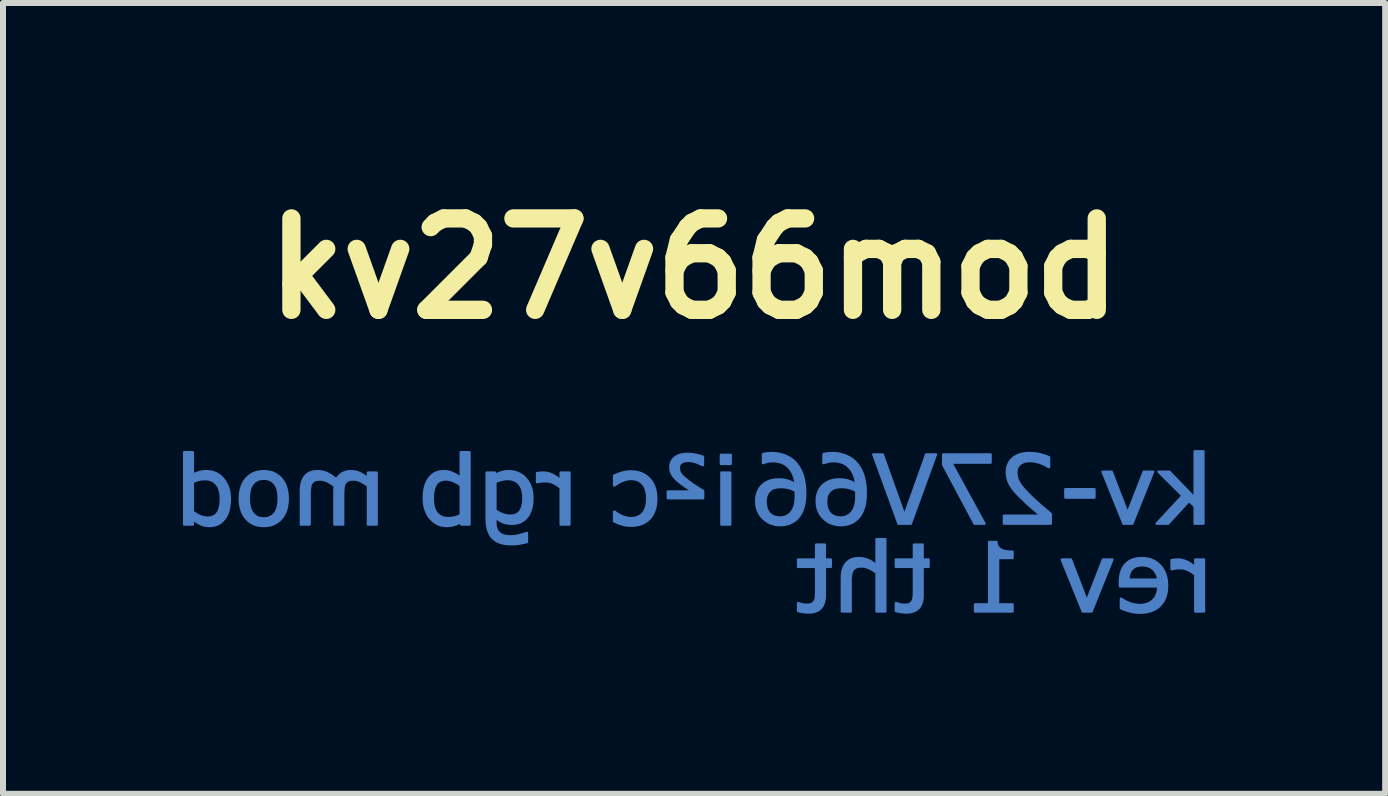
<source format=kicad_pcb>
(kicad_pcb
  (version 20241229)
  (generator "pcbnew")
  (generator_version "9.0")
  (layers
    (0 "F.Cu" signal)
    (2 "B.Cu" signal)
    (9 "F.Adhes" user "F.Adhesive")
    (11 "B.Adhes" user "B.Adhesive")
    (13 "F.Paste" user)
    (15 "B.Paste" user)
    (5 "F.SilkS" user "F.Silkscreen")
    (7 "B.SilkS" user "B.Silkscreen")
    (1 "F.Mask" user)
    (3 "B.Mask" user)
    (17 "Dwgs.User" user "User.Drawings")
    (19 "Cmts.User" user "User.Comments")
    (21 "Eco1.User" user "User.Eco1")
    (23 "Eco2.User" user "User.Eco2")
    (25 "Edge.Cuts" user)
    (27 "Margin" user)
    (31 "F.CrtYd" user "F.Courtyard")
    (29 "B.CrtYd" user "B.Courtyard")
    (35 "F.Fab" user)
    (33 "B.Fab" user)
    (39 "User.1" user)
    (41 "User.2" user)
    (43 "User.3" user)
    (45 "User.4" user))
  (footprint "kv27v66mod"
    (layer "F.Cu")
    (at 8.521 5.819)
    (property "Reference" "kv27v66mod" (at 0 -4.393 0) (layer "F.SilkS") (effects (font (size 1.524 1.524) (thickness 0.305))))
    (attr exclude_from_pos_files exclude_from_bom)
    (fp_poly (pts (xy 0.447 -1.135) (xy 0.611 -1.135) (xy 0.611 -1.286) (xy 0.447 -1.286) (xy 0.447 -1.135)) (stroke (width 0.04) (type solid)) (fill yes) (layer "B.Cu"))
    (fp_poly (pts (xy 0.456 -0.124) (xy 0.602 -0.124) (xy 0.602 -0.99) (xy 0.456 -0.99) (xy 0.456 -0.124)) (stroke (width 0.04) (type solid)) (fill yes) (layer "B.Cu"))
    (fp_poly (pts (xy 6.19 -0.574) (xy 6.674 -0.574) (xy 6.674 -0.714) (xy 6.19 -0.714) (xy 6.19 -0.574)) (stroke (width 0.04) (type solid)) (fill yes) (layer "B.Cu"))
    (fp_poly (pts (xy 2.988 -1.293) (xy 3.408 -0.139) (xy 3.613 -0.139) (xy 4.033 -1.293) (xy 3.869 -1.293) (xy 3.507 -0.278) (xy 3.145 -1.293) (xy 2.988 -1.293)) (stroke (width 0.04) (type solid)) (fill yes) (layer "B.Cu"))
    (fp_poly (pts (xy 4.153 -1.12) (xy 4.676 -0.139) (xy 4.842 -0.139) (xy 4.286 -1.157) (xy 4.943 -1.157) (xy 4.943 -1.293) (xy 4.153 -1.293) (xy 4.153 -1.12)) (stroke (width 0.04) (type solid)) (fill yes) (layer "B.Cu"))
    (fp_poly (pts (xy 6.129 0.459) (xy 6.48 1.325) (xy 6.626 1.325) (xy 6.974 0.459) (xy 6.816 0.459) (xy 6.548 1.148) (xy 6.282 0.459) (xy 6.129 0.459)) (stroke (width 0.04) (type solid)) (fill yes) (layer "B.Cu"))
    (fp_poly (pts (xy 6.809 -1.005) (xy 7.159 -0.139) (xy 7.306 -0.139) (xy 7.654 -1.005) (xy 7.496 -1.005) (xy 7.227 -0.316) (xy 6.962 -1.005) (xy 6.809 -1.005)) (stroke (width 0.04) (type solid)) (fill yes) (layer "B.Cu"))
    (fp_poly (pts (xy 7.711 -0.139) (xy 7.903 -0.139) (xy 8.251 -0.518) (xy 8.345 -0.428) (xy 8.345 -0.139) (xy 8.491 -0.139) (xy 8.491 -1.345) (xy 8.345 -1.345) (xy 8.345 -0.571) (xy 7.924 -1.005) (xy 7.741 -1.005) (xy 8.143 -0.605) (xy 7.711 -0.139)) (stroke (width 0.04) (type solid)) (fill yes) (layer "B.Cu"))
    (fp_poly (pts (xy 4.684 1.325) (xy 5.309 1.325) (xy 5.309 1.207) (xy 5.068 1.207) (xy 5.068 0.433) (xy 5.309 0.433) (xy 5.309 0.328) (xy 5.275 0.327) (xy 5.24 0.325) (xy 5.204 0.32) (xy 5.17 0.314) (xy 5.142 0.306) (xy 5.119 0.296) (xy 5.088 0.274) (xy 5.064 0.247) (xy 5.052 0.225) (xy 5.044 0.198) (xy 5.04 0.167) (xy 4.919 0.167) (xy 4.919 1.207) (xy 4.684 1.207) (xy 4.684 1.325)) (stroke (width 0.04) (type solid)) (fill yes) (layer "B.Cu"))
    (fp_poly (pts (xy -2.618 -0.831) (xy -2.61 -0.831) (xy -2.578 -0.838) (xy -2.547 -0.842) (xy -2.514 -0.845) (xy -2.475 -0.846) (xy -2.441 -0.844) (xy -2.408 -0.838) (xy -2.376 -0.829) (xy -2.344 -0.816) (xy -2.313 -0.8) (xy -2.283 -0.782) (xy -2.253 -0.761) (xy -2.224 -0.739) (xy -2.224 -0.124) (xy -2.078 -0.124) (xy -2.078 -0.99) (xy -2.224 -0.99) (xy -2.224 -0.862) (xy -2.257 -0.888) (xy -2.29 -0.911) (xy -2.32 -0.931) (xy -2.349 -0.947) (xy -2.376 -0.961) (xy -2.41 -0.973) (xy -2.443 -0.983) (xy -2.478 -0.988) (xy -2.512 -0.99) (xy -2.545 -0.989) (xy -2.567 -0.988) (xy -2.588 -0.985) (xy -2.618 -0.981) (xy -2.618 -0.831)) (stroke (width 0.04) (type solid)) (fill yes) (layer "B.Cu"))
    (fp_poly (pts (xy 7.961 0.618) (xy 7.969 0.618) (xy 8.001 0.611) (xy 8.032 0.607) (xy 8.066 0.604) (xy 8.105 0.603) (xy 8.138 0.605) (xy 8.171 0.611) (xy 8.203 0.62) (xy 8.235 0.633) (xy 8.266 0.649) (xy 8.296 0.667) (xy 8.326 0.688) (xy 8.356 0.71) (xy 8.356 1.325) (xy 8.501 1.325) (xy 8.501 0.459) (xy 8.356 0.459) (xy 8.356 0.587) (xy 8.322 0.561) (xy 8.29 0.538) (xy 8.259 0.518) (xy 8.23 0.502) (xy 8.203 0.488) (xy 8.169 0.476) (xy 8.136 0.466) (xy 8.102 0.461) (xy 8.067 0.459) (xy 8.035 0.46) (xy 8.012 0.461) (xy 7.991 0.464) (xy 7.961 0.468) (xy 7.961 0.618)) (stroke (width 0.04) (type solid)) (fill yes) (layer "B.Cu"))
    (fp_poly (pts (xy 1.734 1.317) (xy 1.762 1.324) (xy 1.792 1.33) (xy 1.824 1.335) (xy 1.854 1.339) (xy 1.883 1.341) (xy 1.91 1.342) (xy 1.952 1.34) (xy 1.991 1.334) (xy 2.026 1.324) (xy 2.058 1.31) (xy 2.086 1.292) (xy 2.111 1.271) (xy 2.129 1.248) (xy 2.145 1.223) (xy 2.158 1.194) (xy 2.167 1.161) (xy 2.174 1.125) (xy 2.179 1.085) (xy 2.18 1.042) (xy 2.18 0.581) (xy 2.279 0.581) (xy 2.279 0.459) (xy 2.18 0.459) (xy 2.18 0.21) (xy 2.034 0.21) (xy 2.034 0.459) (xy 1.734 0.459) (xy 1.734 0.581) (xy 2.034 0.581) (xy 2.034 0.976) (xy 2.034 1.018) (xy 2.033 1.054) (xy 2.031 1.083) (xy 2.024 1.12) (xy 2.01 1.154) (xy 1.989 1.181) (xy 1.963 1.2) (xy 1.939 1.208) (xy 1.909 1.212) (xy 1.872 1.214) (xy 1.835 1.211) (xy 1.797 1.204) (xy 1.764 1.194) (xy 1.741 1.186) (xy 1.734 1.186) (xy 1.734 1.317)) (stroke (width 0.04) (type solid)) (fill yes) (layer "B.Cu"))
    (fp_poly (pts (xy 3.364 1.317) (xy 3.392 1.324) (xy 3.422 1.33) (xy 3.454 1.335) (xy 3.485 1.339) (xy 3.513 1.341) (xy 3.54 1.342) (xy 3.582 1.34) (xy 3.621 1.334) (xy 3.656 1.324) (xy 3.688 1.31) (xy 3.716 1.292) (xy 3.741 1.271) (xy 3.76 1.248) (xy 3.775 1.223) (xy 3.788 1.194) (xy 3.798 1.161) (xy 3.805 1.125) (xy 3.809 1.085) (xy 3.81 1.042) (xy 3.81 0.581) (xy 3.909 0.581) (xy 3.909 0.459) (xy 3.81 0.459) (xy 3.81 0.21) (xy 3.665 0.21) (xy 3.665 0.459) (xy 3.364 0.459) (xy 3.364 0.581) (xy 3.665 0.581) (xy 3.665 0.976) (xy 3.664 1.018) (xy 3.663 1.054) (xy 3.661 1.083) (xy 3.654 1.12) (xy 3.64 1.154) (xy 3.62 1.181) (xy 3.593 1.2) (xy 3.57 1.208) (xy 3.539 1.212) (xy 3.502 1.214) (xy 3.465 1.211) (xy 3.427 1.204) (xy 3.394 1.194) (xy 3.371 1.186) (xy 3.364 1.186) (xy 3.364 1.317)) (stroke (width 0.04) (type solid)) (fill yes) (layer "B.Cu"))
    (fp_poly (pts (xy 2.464 1.325) (xy 2.61 1.325) (xy 2.61 0.832) (xy 2.61 0.793) (xy 2.613 0.756) (xy 2.617 0.72) (xy 2.622 0.688) (xy 2.631 0.66) (xy 2.642 0.638) (xy 2.666 0.61) (xy 2.698 0.59) (xy 2.725 0.581) (xy 2.756 0.576) (xy 2.792 0.574) (xy 2.823 0.576) (xy 2.854 0.581) (xy 2.885 0.59) (xy 2.917 0.603) (xy 2.949 0.619) (xy 2.981 0.637) (xy 3.012 0.657) (xy 3.042 0.678) (xy 3.042 1.325) (xy 3.188 1.325) (xy 3.188 0.119) (xy 3.042 0.119) (xy 3.042 0.555) (xy 3.015 0.533) (xy 2.987 0.514) (xy 2.959 0.496) (xy 2.93 0.48) (xy 2.901 0.467) (xy 2.864 0.453) (xy 2.827 0.443) (xy 2.79 0.437) (xy 2.751 0.435) (xy 2.713 0.437) (xy 2.677 0.442) (xy 2.643 0.45) (xy 2.613 0.463) (xy 2.585 0.478) (xy 2.56 0.497) (xy 2.537 0.519) (xy 2.518 0.545) (xy 2.501 0.574) (xy 2.488 0.606) (xy 2.477 0.64) (xy 2.47 0.678) (xy 2.465 0.719) (xy 2.464 0.763) (xy 2.464 1.325)) (stroke (width 0.04) (type solid)) (fill yes) (layer "B.Cu"))
    (fp_poly (pts (xy -0.438 -0.563) (xy 0.151 -0.563) (xy 0.151 -0.684) (xy 0.12 -0.703) (xy 0.091 -0.721) (xy 0.062 -0.74) (xy 0.035 -0.757) (xy 0.009 -0.774) (xy -0.022 -0.795) (xy -0.05 -0.814) (xy -0.074 -0.832) (xy -0.096 -0.849) (xy -0.133 -0.879) (xy -0.165 -0.906) (xy -0.191 -0.93) (xy -0.212 -0.951) (xy -0.226 -0.968) (xy -0.242 -0.998) (xy -0.251 -1.033) (xy -0.255 -1.074) (xy -0.25 -1.107) (xy -0.236 -1.134) (xy -0.213 -1.157) (xy -0.19 -1.17) (xy -0.165 -1.179) (xy -0.135 -1.184) (xy -0.102 -1.186) (xy -0.068 -1.185) (xy -0.034 -1.18) (xy 0.000229 -1.173) (xy 0.034 -1.162) (xy 0.075 -1.146) (xy 0.109 -1.131) (xy 0.138 -1.115) (xy 0.148 -1.115) (xy 0.148 -1.254) (xy 0.119 -1.264) (xy 0.09 -1.273) (xy 0.058 -1.281) (xy 0.025 -1.288) (xy -0.009 -1.294) (xy -0.043 -1.298) (xy -0.077 -1.301) (xy -0.11 -1.302) (xy -0.155 -1.3) (xy -0.196 -1.295) (xy -0.233 -1.286) (xy -0.267 -1.274) (xy -0.296 -1.259) (xy -0.322 -1.24) (xy -0.348 -1.215) (xy -0.369 -1.186) (xy -0.383 -1.155) (xy -0.392 -1.12) (xy -0.395 -1.083) (xy -0.393 -1.046) (xy -0.385 -1.011) (xy -0.374 -0.978) (xy -0.357 -0.947) (xy -0.34 -0.924) (xy -0.319 -0.899) (xy -0.294 -0.873) (xy -0.264 -0.847) (xy -0.231 -0.819) (xy -0.208 -0.802) (xy -0.184 -0.785) (xy -0.157 -0.766) (xy -0.128 -0.747) (xy -0.098 -0.727) (xy -0.07 -0.709) (xy -0.043 -0.692) (xy -0.017 -0.675) (xy -0.438 -0.675) (xy -0.438 -0.563)) (stroke (width 0.04) (type solid)) (fill yes) (layer "B.Cu"))
    (fp_poly (pts (xy -6.555 -0.124) (xy -6.409 -0.124) (xy -6.409 -0.617) (xy -6.409 -0.654) (xy -6.407 -0.69) (xy -6.404 -0.725) (xy -6.399 -0.757) (xy -6.392 -0.785) (xy -6.383 -0.808) (xy -6.361 -0.837) (xy -6.332 -0.858) (xy -6.306 -0.868) (xy -6.274 -0.873) (xy -6.236 -0.875) (xy -6.205 -0.873) (xy -6.174 -0.867) (xy -6.144 -0.858) (xy -6.113 -0.844) (xy -6.083 -0.828) (xy -6.052 -0.81) (xy -6.021 -0.789) (xy -5.991 -0.767) (xy -5.993 -0.747) (xy -5.995 -0.725) (xy -5.996 -0.702) (xy -5.996 -0.678) (xy -5.996 -0.124) (xy -5.85 -0.124) (xy -5.85 -0.617) (xy -5.85 -0.655) (xy -5.848 -0.691) (xy -5.845 -0.726) (xy -5.841 -0.758) (xy -5.834 -0.786) (xy -5.824 -0.809) (xy -5.802 -0.838) (xy -5.773 -0.858) (xy -5.747 -0.868) (xy -5.715 -0.873) (xy -5.677 -0.875) (xy -5.647 -0.873) (xy -5.617 -0.868) (xy -5.587 -0.859) (xy -5.557 -0.846) (xy -5.527 -0.83) (xy -5.497 -0.812) (xy -5.467 -0.792) (xy -5.437 -0.771) (xy -5.437 -0.124) (xy -5.292 -0.124) (xy -5.292 -0.99) (xy -5.437 -0.99) (xy -5.437 -0.894) (xy -5.465 -0.915) (xy -5.492 -0.935) (xy -5.519 -0.953) (xy -5.546 -0.969) (xy -5.573 -0.982) (xy -5.608 -0.996) (xy -5.643 -1.006) (xy -5.68 -1.012) (xy -5.718 -1.014) (xy -5.752 -1.013) (xy -5.784 -1.008) (xy -5.814 -1.001) (xy -5.842 -0.99) (xy -5.867 -0.977) (xy -5.896 -0.956) (xy -5.922 -0.932) (xy -5.943 -0.905) (xy -5.96 -0.874) (xy -5.994 -0.902) (xy -6.028 -0.927) (xy -6.06 -0.948) (xy -6.091 -0.966) (xy -6.121 -0.981) (xy -6.15 -0.993) (xy -6.181 -1.002) (xy -6.212 -1.009) (xy -6.244 -1.013) (xy -6.277 -1.014) (xy -6.316 -1.012) (xy -6.352 -1.007) (xy -6.385 -0.998) (xy -6.415 -0.986) (xy -6.442 -0.97) (xy -6.466 -0.95) (xy -6.487 -0.927) (xy -6.505 -0.901) (xy -6.52 -0.872) (xy -6.533 -0.841) (xy -6.542 -0.806) (xy -6.549 -0.769) (xy -6.554 -0.729) (xy -6.555 -0.686) (xy -6.555 -0.124)) (stroke (width 0.04) (type solid)) (fill yes) (layer "B.Cu"))
    (fp_poly (pts (xy -8.501 -0.124) (xy -8.356 -0.337) (xy -8.356 -0.834) (xy -8.318 -0.85) (xy -8.283 -0.862) (xy -8.25 -0.871) (xy -8.218 -0.876) (xy -8.184 -0.88) (xy -8.149 -0.881) (xy -8.109 -0.878) (xy -8.073 -0.871) (xy -8.04 -0.859) (xy -8.01 -0.843) (xy -7.982 -0.821) (xy -7.958 -0.795) (xy -7.94 -0.77) (xy -7.925 -0.741) (xy -7.912 -0.709) (xy -7.902 -0.675) (xy -7.895 -0.637) (xy -7.891 -0.597) (xy -7.89 -0.554) (xy -7.891 -0.511) (xy -7.894 -0.471) (xy -7.899 -0.435) (xy -7.907 -0.401) (xy -7.917 -0.371) (xy -7.929 -0.343) (xy -7.943 -0.319) (xy -7.962 -0.294) (xy -7.985 -0.274) (xy -8.011 -0.259) (xy -8.041 -0.248) (xy -8.075 -0.241) (xy -8.112 -0.239) (xy -8.143 -0.241) (xy -8.174 -0.246) (xy -8.205 -0.254) (xy -8.237 -0.266) (xy -8.268 -0.281) (xy -8.299 -0.298) (xy -8.328 -0.317) (xy -8.356 -0.337) (xy -8.356 -0.337) (xy -8.501 -0.124) (xy -8.356 -0.124) (xy -8.356 -0.215) (xy -8.324 -0.189) (xy -8.292 -0.167) (xy -8.258 -0.147) (xy -8.225 -0.13) (xy -8.19 -0.117) (xy -8.154 -0.108) (xy -8.116 -0.102) (xy -8.077 -0.1) (xy -8.039 -0.102) (xy -8.003 -0.108) (xy -7.969 -0.117) (xy -7.937 -0.13) (xy -7.908 -0.147) (xy -7.88 -0.167) (xy -7.854 -0.192) (xy -7.83 -0.219) (xy -7.813 -0.244) (xy -7.797 -0.271) (xy -7.784 -0.299) (xy -7.772 -0.33) (xy -7.762 -0.362) (xy -7.754 -0.396) (xy -7.748 -0.432) (xy -7.743 -0.47) (xy -7.74 -0.509) (xy -7.739 -0.55) (xy -7.74 -0.586) (xy -7.743 -0.621) (xy -7.747 -0.655) (xy -7.753 -0.687) (xy -7.761 -0.717) (xy -7.77 -0.747) (xy -7.784 -0.78) (xy -7.799 -0.811) (xy -7.816 -0.841) (xy -7.835 -0.868) (xy -7.856 -0.893) (xy -7.883 -0.921) (xy -7.913 -0.945) (xy -7.944 -0.966) (xy -7.978 -0.983) (xy -8.014 -0.997) (xy -8.05 -1.006) (xy -8.087 -1.012) (xy -8.124 -1.014) (xy -8.157 -1.013) (xy -8.188 -1.01) (xy -8.218 -1.006) (xy -8.245 -0.999) (xy -8.272 -0.991) (xy -8.299 -0.981) (xy -8.327 -0.969) (xy -8.356 -0.955) (xy -8.356 -1.33) (xy -8.501 -1.33) (xy -8.501 -0.124)) (stroke (width 0.04) (type solid)) (fill yes) (layer "B.Cu"))
    (fp_poly (pts (xy -4.506 -0.564) (xy -4.356 -0.56) (xy -4.355 -0.603) (xy -4.352 -0.642) (xy -4.347 -0.679) (xy -4.339 -0.712) (xy -4.33 -0.743) (xy -4.318 -0.77) (xy -4.305 -0.795) (xy -4.286 -0.819) (xy -4.264 -0.839) (xy -4.238 -0.855) (xy -4.209 -0.866) (xy -4.176 -0.873) (xy -4.14 -0.875) (xy -4.108 -0.874) (xy -4.076 -0.868) (xy -4.043 -0.86) (xy -4.011 -0.847) (xy -3.979 -0.833) (xy -3.948 -0.816) (xy -3.919 -0.797) (xy -3.89 -0.777) (xy -3.89 -0.281) (xy -3.929 -0.264) (xy -3.965 -0.251) (xy -3.996 -0.242) (xy -4.028 -0.236) (xy -4.061 -0.232) (xy -4.098 -0.231) (xy -4.137 -0.233) (xy -4.173 -0.24) (xy -4.206 -0.251) (xy -4.236 -0.266) (xy -4.263 -0.286) (xy -4.287 -0.31) (xy -4.305 -0.335) (xy -4.321 -0.363) (xy -4.333 -0.395) (xy -4.343 -0.431) (xy -4.35 -0.47) (xy -4.355 -0.513) (xy -4.356 -0.56) (xy -4.356 -0.56) (xy -4.506 -0.564) (xy -4.505 -0.528) (xy -4.503 -0.494) (xy -4.499 -0.461) (xy -4.493 -0.429) (xy -4.485 -0.398) (xy -4.475 -0.368) (xy -4.462 -0.335) (xy -4.448 -0.303) (xy -4.431 -0.274) (xy -4.413 -0.247) (xy -4.393 -0.223) (xy -4.365 -0.194) (xy -4.335 -0.169) (xy -4.304 -0.148) (xy -4.272 -0.13) (xy -4.238 -0.117) (xy -4.203 -0.108) (xy -4.166 -0.102) (xy -4.127 -0.1) (xy -4.092 -0.101) (xy -4.058 -0.105) (xy -4.027 -0.11) (xy -3.999 -0.118) (xy -3.962 -0.131) (xy -3.926 -0.146) (xy -3.89 -0.164) (xy -3.881 -0.124) (xy -3.744 -0.124) (xy -3.744 -1.33) (xy -3.89 -1.33) (xy -3.89 -0.899) (xy -3.921 -0.923) (xy -3.953 -0.945) (xy -3.986 -0.964) (xy -4.02 -0.981) (xy -4.049 -0.993) (xy -4.078 -1.002) (xy -4.109 -1.009) (xy -4.142 -1.013) (xy -4.175 -1.014) (xy -4.213 -1.012) (xy -4.248 -1.007) (xy -4.281 -0.997) (xy -4.313 -0.985) (xy -4.342 -0.968) (xy -4.369 -0.948) (xy -4.394 -0.924) (xy -4.417 -0.896) (xy -4.434 -0.872) (xy -4.449 -0.845) (xy -4.463 -0.817) (xy -4.474 -0.786) (xy -4.484 -0.754) (xy -4.492 -0.72) (xy -4.498 -0.684) (xy -4.503 -0.646) (xy -4.505 -0.606) (xy -4.506 -0.564)) (stroke (width 0.04) (type solid)) (fill yes) (layer "B.Cu"))
    (fp_poly (pts (xy 5.166 -0.139) (xy 5.947 -0.139) (xy 5.947 -0.301) (xy 5.92 -0.324) (xy 5.893 -0.347) (xy 5.866 -0.371) (xy 5.838 -0.394) (xy 5.811 -0.417) (xy 5.784 -0.44) (xy 5.757 -0.464) (xy 5.731 -0.487) (xy 5.705 -0.51) (xy 5.68 -0.533) (xy 5.655 -0.556) (xy 5.631 -0.579) (xy 5.596 -0.614) (xy 5.563 -0.647) (xy 5.533 -0.679) (xy 5.506 -0.708) (xy 5.482 -0.736) (xy 5.461 -0.762) (xy 5.443 -0.786) (xy 5.428 -0.808) (xy 5.411 -0.837) (xy 5.397 -0.866) (xy 5.386 -0.896) (xy 5.379 -0.927) (xy 5.374 -0.959) (xy 5.373 -0.992) (xy 5.375 -1.026) (xy 5.382 -1.057) (xy 5.394 -1.085) (xy 5.411 -1.11) (xy 5.432 -1.132) (xy 5.458 -1.15) (xy 5.487 -1.165) (xy 5.52 -1.175) (xy 5.557 -1.181) (xy 5.597 -1.183) (xy 5.633 -1.181) (xy 5.671 -1.177) (xy 5.71 -1.169) (xy 5.75 -1.158) (xy 5.783 -1.147) (xy 5.815 -1.134) (xy 5.847 -1.119) (xy 5.879 -1.102) (xy 5.911 -1.082) (xy 5.918 -1.082) (xy 5.918 -1.245) (xy 5.888 -1.258) (xy 5.854 -1.271) (xy 5.815 -1.283) (xy 5.772 -1.295) (xy 5.735 -1.303) (xy 5.699 -1.309) (xy 5.663 -1.313) (xy 5.628 -1.316) (xy 5.593 -1.317) (xy 5.55 -1.316) (xy 5.51 -1.312) (xy 5.471 -1.305) (xy 5.435 -1.296) (xy 5.402 -1.283) (xy 5.37 -1.269) (xy 5.342 -1.251) (xy 5.315 -1.231) (xy 5.292 -1.209) (xy 5.271 -1.185) (xy 5.254 -1.158) (xy 5.24 -1.13) (xy 5.229 -1.101) (xy 5.221 -1.069) (xy 5.216 -1.035) (xy 5.214 -0.999) (xy 5.216 -0.967) (xy 5.219 -0.936) (xy 5.224 -0.905) (xy 5.232 -0.876) (xy 5.241 -0.848) (xy 5.252 -0.821) (xy 5.265 -0.794) (xy 5.28 -0.768) (xy 5.302 -0.736) (xy 5.325 -0.705) (xy 5.352 -0.674) (xy 5.373 -0.65) (xy 5.396 -0.625) (xy 5.422 -0.598) (xy 5.45 -0.571) (xy 5.478 -0.544) (xy 5.506 -0.517) (xy 5.534 -0.49) (xy 5.563 -0.464) (xy 5.592 -0.438) (xy 5.621 -0.412) (xy 5.651 -0.387) (xy 5.679 -0.363) (xy 5.707 -0.339) (xy 5.734 -0.316) (xy 5.761 -0.293) (xy 5.787 -0.271) (xy 5.166 -0.271) (xy 5.166 -0.139)) (stroke (width 0.04) (type solid)) (fill yes) (layer "B.Cu"))
    (fp_poly (pts (xy -1.333 -0.178) (xy -1.297 -0.162) (xy -1.262 -0.147) (xy -1.228 -0.135) (xy -1.194 -0.124) (xy -1.161 -0.116) (xy -1.127 -0.11) (xy -1.092 -0.106) (xy -1.055 -0.105) (xy -1.018 -0.106) (xy -0.983 -0.109) (xy -0.948 -0.115) (xy -0.915 -0.122) (xy -0.883 -0.132) (xy -0.853 -0.144) (xy -0.824 -0.159) (xy -0.797 -0.175) (xy -0.772 -0.194) (xy -0.749 -0.216) (xy -0.728 -0.239) (xy -0.708 -0.265) (xy -0.69 -0.293) (xy -0.675 -0.324) (xy -0.662 -0.357) (xy -0.652 -0.386) (xy -0.644 -0.417) (xy -0.638 -0.449) (xy -0.634 -0.483) (xy -0.631 -0.519) (xy -0.631 -0.556) (xy -0.632 -0.597) (xy -0.635 -0.637) (xy -0.641 -0.675) (xy -0.649 -0.711) (xy -0.66 -0.745) (xy -0.672 -0.778) (xy -0.688 -0.808) (xy -0.705 -0.837) (xy -0.725 -0.864) (xy -0.747 -0.889) (xy -0.771 -0.912) (xy -0.797 -0.933) (xy -0.824 -0.951) (xy -0.852 -0.967) (xy -0.883 -0.98) (xy -0.914 -0.991) (xy -0.947 -0.999) (xy -0.982 -1.005) (xy -1.018 -1.009) (xy -1.055 -1.01) (xy -1.092 -1.009) (xy -1.129 -1.005) (xy -1.165 -0.998) (xy -1.201 -0.989) (xy -1.236 -0.978) (xy -1.27 -0.966) (xy -1.302 -0.953) (xy -1.333 -0.938) (xy -1.333 -0.776) (xy -1.325 -0.776) (xy -1.298 -0.796) (xy -1.271 -0.814) (xy -1.243 -0.83) (xy -1.215 -0.844) (xy -1.187 -0.856) (xy -1.152 -0.868) (xy -1.117 -0.877) (xy -1.083 -0.882) (xy -1.049 -0.884) (xy -1.009 -0.881) (xy -0.972 -0.874) (xy -0.938 -0.863) (xy -0.907 -0.847) (xy -0.879 -0.826) (xy -0.853 -0.8) (xy -0.834 -0.775) (xy -0.818 -0.746) (xy -0.805 -0.715) (xy -0.795 -0.68) (xy -0.788 -0.642) (xy -0.783 -0.6) (xy -0.782 -0.556) (xy -0.783 -0.513) (xy -0.787 -0.472) (xy -0.795 -0.435) (xy -0.805 -0.4) (xy -0.817 -0.369) (xy -0.833 -0.34) (xy -0.852 -0.315) (xy -0.877 -0.289) (xy -0.905 -0.268) (xy -0.936 -0.252) (xy -0.971 -0.24) (xy -1.008 -0.233) (xy -1.049 -0.231) (xy -1.079 -0.232) (xy -1.109 -0.236) (xy -1.139 -0.243) (xy -1.169 -0.251) (xy -1.196 -0.261) (xy -1.221 -0.273) (xy -1.252 -0.29) (xy -1.281 -0.307) (xy -1.306 -0.324) (xy -1.325 -0.339) (xy -1.333 -0.339) (xy -1.333 -0.178)) (stroke (width 0.04) (type solid)) (fill yes) (layer "B.Cu"))
    (fp_poly (pts (xy 7.099 0.907) (xy 7.241 0.795) (xy 7.243 0.759) (xy 7.248 0.725) (xy 7.256 0.694) (xy 7.267 0.666) (xy 7.282 0.64) (xy 7.299 0.618) (xy 7.32 0.599) (xy 7.344 0.583) (xy 7.371 0.571) (xy 7.401 0.562) (xy 7.435 0.557) (xy 7.472 0.555) (xy 7.51 0.557) (xy 7.545 0.563) (xy 7.577 0.572) (xy 7.607 0.586) (xy 7.634 0.603) (xy 7.659 0.624) (xy 7.68 0.648) (xy 7.698 0.674) (xy 7.713 0.701) (xy 7.724 0.731) (xy 7.732 0.762) (xy 7.737 0.795) (xy 7.241 0.795) (xy 7.099 0.907) (xy 7.737 0.907) (xy 7.736 0.946) (xy 7.731 0.982) (xy 7.724 1.015) (xy 7.713 1.047) (xy 7.7 1.075) (xy 7.685 1.1) (xy 7.667 1.123) (xy 7.647 1.143) (xy 7.619 1.166) (xy 7.587 1.185) (xy 7.552 1.199) (xy 7.523 1.207) (xy 7.493 1.213) (xy 7.462 1.217) (xy 7.429 1.218) (xy 7.394 1.216) (xy 7.359 1.212) (xy 7.323 1.205) (xy 7.287 1.196) (xy 7.252 1.183) (xy 7.21 1.165) (xy 7.175 1.148) (xy 7.146 1.13) (xy 7.124 1.113) (xy 7.116 1.113) (xy 7.116 1.272) (xy 7.146 1.284) (xy 7.176 1.295) (xy 7.206 1.306) (xy 7.236 1.315) (xy 7.267 1.324) (xy 7.298 1.332) (xy 7.329 1.337) (xy 7.361 1.342) (xy 7.394 1.344) (xy 7.428 1.345) (xy 7.47 1.344) (xy 7.51 1.34) (xy 7.549 1.335) (xy 7.585 1.326) (xy 7.62 1.316) (xy 7.652 1.303) (xy 7.683 1.288) (xy 7.712 1.271) (xy 7.739 1.251) (xy 7.764 1.229) (xy 7.787 1.204) (xy 7.808 1.178) (xy 7.826 1.15) (xy 7.842 1.119) (xy 7.855 1.087) (xy 7.866 1.053) (xy 7.874 1.017) (xy 7.88 0.979) (xy 7.884 0.939) (xy 7.885 0.897) (xy 7.884 0.855) (xy 7.881 0.815) (xy 7.875 0.777) (xy 7.867 0.741) (xy 7.856 0.706) (xy 7.844 0.674) (xy 7.829 0.643) (xy 7.811 0.613) (xy 7.792 0.586) (xy 7.77 0.56) (xy 7.746 0.536) (xy 7.72 0.515) (xy 7.693 0.496) (xy 7.665 0.48) (xy 7.635 0.466) (xy 7.604 0.455) (xy 7.571 0.446) (xy 7.537 0.44) (xy 7.501 0.436) (xy 7.464 0.435) (xy 7.422 0.437) (xy 7.382 0.441) (xy 7.344 0.449) (xy 7.309 0.461) (xy 7.277 0.475) (xy 7.247 0.493) (xy 7.219 0.513) (xy 7.195 0.537) (xy 7.174 0.561) (xy 7.157 0.587) (xy 7.142 0.615) (xy 7.129 0.645) (xy 7.118 0.678) (xy 7.11 0.712) (xy 7.104 0.748) (xy 7.1 0.787) (xy 7.099 0.828) (xy 7.099 0.907)) (stroke (width 0.04) (type solid)) (fill yes) (layer "B.Cu"))
    (fp_poly (pts (xy -7.574 -0.557) (xy -7.423 -0.557) (xy -7.422 -0.603) (xy -7.418 -0.646) (xy -7.411 -0.685) (xy -7.402 -0.721) (xy -7.39 -0.753) (xy -7.375 -0.781) (xy -7.357 -0.806) (xy -7.334 -0.831) (xy -7.308 -0.852) (xy -7.279 -0.868) (xy -7.247 -0.879) (xy -7.212 -0.886) (xy -7.174 -0.888) (xy -7.136 -0.886) (xy -7.101 -0.879) (xy -7.069 -0.868) (xy -7.04 -0.852) (xy -7.013 -0.831) (xy -6.99 -0.806) (xy -6.973 -0.781) (xy -6.958 -0.753) (xy -6.946 -0.721) (xy -6.937 -0.685) (xy -6.93 -0.646) (xy -6.926 -0.603) (xy -6.925 -0.557) (xy -6.926 -0.512) (xy -6.93 -0.47) (xy -6.937 -0.432) (xy -6.946 -0.396) (xy -6.958 -0.364) (xy -6.973 -0.335) (xy -6.991 -0.309) (xy -7.014 -0.284) (xy -7.04 -0.263) (xy -7.07 -0.247) (xy -7.102 -0.235) (xy -7.137 -0.228) (xy -7.174 -0.226) (xy -7.212 -0.228) (xy -7.246 -0.235) (xy -7.278 -0.246) (xy -7.307 -0.263) (xy -7.333 -0.283) (xy -7.357 -0.309) (xy -7.374 -0.334) (xy -7.389 -0.363) (xy -7.401 -0.395) (xy -7.411 -0.431) (xy -7.418 -0.469) (xy -7.422 -0.511) (xy -7.423 -0.557) (xy -7.574 -0.557) (xy -7.572 -0.515) (xy -7.569 -0.476) (xy -7.564 -0.438) (xy -7.556 -0.402) (xy -7.546 -0.367) (xy -7.534 -0.335) (xy -7.52 -0.304) (xy -7.504 -0.275) (xy -7.486 -0.248) (xy -7.465 -0.223) (xy -7.44 -0.197) (xy -7.413 -0.174) (xy -7.385 -0.155) (xy -7.354 -0.138) (xy -7.322 -0.124) (xy -7.288 -0.114) (xy -7.252 -0.106) (xy -7.214 -0.102) (xy -7.174 -0.1) (xy -7.134 -0.102) (xy -7.096 -0.106) (xy -7.06 -0.114) (xy -7.026 -0.124) (xy -6.993 -0.138) (xy -6.963 -0.155) (xy -6.934 -0.174) (xy -6.907 -0.197) (xy -6.882 -0.223) (xy -6.862 -0.248) (xy -6.843 -0.275) (xy -6.827 -0.304) (xy -6.813 -0.335) (xy -6.801 -0.367) (xy -6.792 -0.402) (xy -6.784 -0.438) (xy -6.779 -0.476) (xy -6.775 -0.515) (xy -6.774 -0.557) (xy -6.775 -0.598) (xy -6.779 -0.638) (xy -6.784 -0.676) (xy -6.792 -0.712) (xy -6.801 -0.746) (xy -6.813 -0.779) (xy -6.827 -0.809) (xy -6.843 -0.838) (xy -6.862 -0.865) (xy -6.882 -0.891) (xy -6.907 -0.917) (xy -6.934 -0.939) (xy -6.963 -0.959) (xy -6.993 -0.976) (xy -7.026 -0.99) (xy -7.06 -1) (xy -7.096 -1.008) (xy -7.134 -1.012) (xy -7.174 -1.014) (xy -7.214 -1.012) (xy -7.252 -1.008) (xy -7.288 -1) (xy -7.322 -0.99) (xy -7.354 -0.976) (xy -7.385 -0.959) (xy -7.413 -0.939) (xy -7.44 -0.917) (xy -7.465 -0.891) (xy -7.486 -0.865) (xy -7.504 -0.838) (xy -7.52 -0.809) (xy -7.534 -0.779) (xy -7.546 -0.746) (xy -7.556 -0.712) (xy -7.564 -0.676) (xy -7.569 -0.638) (xy -7.572 -0.598) (xy -7.574 -0.557)) (stroke (width 0.04) (type solid)) (fill yes) (layer "B.Cu"))
    (fp_poly (pts (xy -3.458 -0.223) (xy -3.312 -0.362) (xy -3.312 -0.834) (xy -3.274 -0.85) (xy -3.238 -0.862) (xy -3.203 -0.871) (xy -3.17 -0.878) (xy -3.137 -0.882) (xy -3.104 -0.883) (xy -3.065 -0.881) (xy -3.03 -0.874) (xy -2.997 -0.863) (xy -2.967 -0.847) (xy -2.939 -0.827) (xy -2.915 -0.802) (xy -2.897 -0.778) (xy -2.881 -0.75) (xy -2.868 -0.72) (xy -2.859 -0.686) (xy -2.852 -0.65) (xy -2.847 -0.611) (xy -2.846 -0.568) (xy -2.847 -0.522) (xy -2.852 -0.479) (xy -2.859 -0.44) (xy -2.869 -0.405) (xy -2.881 -0.374) (xy -2.897 -0.347) (xy -2.916 -0.324) (xy -2.939 -0.306) (xy -2.965 -0.291) (xy -2.995 -0.281) (xy -3.029 -0.274) (xy -3.067 -0.272) (xy -3.099 -0.274) (xy -3.13 -0.278) (xy -3.162 -0.286) (xy -3.194 -0.296) (xy -3.225 -0.31) (xy -3.256 -0.325) (xy -3.284 -0.343) (xy -3.312 -0.362) (xy -3.312 -0.362) (xy -3.458 -0.223) (xy -3.457 -0.18) (xy -3.454 -0.139) (xy -3.449 -0.101) (xy -3.442 -0.065) (xy -3.433 -0.032) (xy -3.422 -0.001) (xy -3.409 0.028) (xy -3.394 0.055) (xy -3.377 0.079) (xy -3.358 0.101) (xy -3.334 0.122) (xy -3.308 0.141) (xy -3.279 0.158) (xy -3.247 0.172) (xy -3.213 0.183) (xy -3.176 0.192) (xy -3.137 0.199) (xy -3.095 0.202) (xy -3.05 0.204) (xy -3.016 0.203) (xy -2.982 0.201) (xy -2.948 0.198) (xy -2.915 0.194) (xy -2.882 0.188) (xy -2.85 0.182) (xy -2.818 0.175) (xy -2.786 0.167) (xy -2.786 0.018) (xy -2.794 0.018) (xy -2.822 0.028) (xy -2.86 0.039) (xy -2.907 0.052) (xy -2.946 0.061) (xy -2.985 0.068) (xy -3.023 0.071) (xy -3.062 0.073) (xy -3.098 0.072) (xy -3.13 0.068) (xy -3.159 0.063) (xy -3.185 0.055) (xy -3.216 0.041) (xy -3.241 0.025) (xy -3.261 0.005) (xy -3.278 -0.016) (xy -3.291 -0.041) (xy -3.3 -0.068) (xy -3.307 -0.097) (xy -3.311 -0.129) (xy -3.312 -0.163) (xy -3.312 -0.242) (xy -3.279 -0.217) (xy -3.247 -0.196) (xy -3.216 -0.178) (xy -3.185 -0.163) (xy -3.154 -0.152) (xy -3.117 -0.144) (xy -3.077 -0.139) (xy -3.033 -0.137) (xy -2.995 -0.139) (xy -2.959 -0.144) (xy -2.925 -0.153) (xy -2.894 -0.165) (xy -2.864 -0.181) (xy -2.836 -0.2) (xy -2.81 -0.223) (xy -2.786 -0.249) (xy -2.767 -0.275) (xy -2.75 -0.303) (xy -2.736 -0.334) (xy -2.724 -0.367) (xy -2.713 -0.402) (xy -2.706 -0.439) (xy -2.7 -0.479) (xy -2.697 -0.521) (xy -2.696 -0.565) (xy -2.697 -0.609) (xy -2.701 -0.65) (xy -2.707 -0.688) (xy -2.715 -0.724) (xy -2.727 -0.757) (xy -2.74 -0.789) (xy -2.756 -0.819) (xy -2.773 -0.847) (xy -2.792 -0.873) (xy -2.813 -0.898) (xy -2.839 -0.924) (xy -2.868 -0.947) (xy -2.9 -0.966) (xy -2.935 -0.983) (xy -2.971 -0.997) (xy -3.007 -1.006) (xy -3.043 -1.012) (xy -3.078 -1.014) (xy -3.115 -1.013) (xy -3.147 -1.01) (xy -3.177 -1.005) (xy -3.204 -0.999) (xy -3.239 -0.987) (xy -3.275 -0.972) (xy -3.312 -0.953) (xy -3.321 -0.99) (xy -3.458 -0.99) (xy -3.458 -0.223)) (stroke (width 0.04) (type solid)) (fill yes) (layer "B.Cu"))
    (fp_poly (pts (xy 1.036 -0.513) (xy 1.193 -0.507) (xy 1.194 -0.542) (xy 1.198 -0.573) (xy 1.205 -0.601) (xy 1.215 -0.626) (xy 1.232 -0.657) (xy 1.255 -0.684) (xy 1.284 -0.709) (xy 1.309 -0.723) (xy 1.335 -0.734) (xy 1.364 -0.741) (xy 1.393 -0.745) (xy 1.423 -0.748) (xy 1.454 -0.749) (xy 1.487 -0.748) (xy 1.518 -0.745) (xy 1.548 -0.74) (xy 1.577 -0.733) (xy 1.605 -0.725) (xy 1.634 -0.714) (xy 1.663 -0.701) (xy 1.693 -0.685) (xy 1.695 -0.652) (xy 1.696 -0.612) (xy 1.695 -0.566) (xy 1.692 -0.523) (xy 1.687 -0.484) (xy 1.68 -0.449) (xy 1.671 -0.419) (xy 1.657 -0.385) (xy 1.641 -0.356) (xy 1.622 -0.329) (xy 1.602 -0.307) (xy 1.577 -0.286) (xy 1.552 -0.27) (xy 1.525 -0.257) (xy 1.496 -0.248) (xy 1.466 -0.243) (xy 1.434 -0.241) (xy 1.398 -0.243) (xy 1.364 -0.249) (xy 1.334 -0.258) (xy 1.306 -0.271) (xy 1.28 -0.289) (xy 1.257 -0.309) (xy 1.238 -0.334) (xy 1.222 -0.362) (xy 1.209 -0.393) (xy 1.2 -0.428) (xy 1.195 -0.466) (xy 1.193 -0.507) (xy 1.193 -0.507) (xy 1.036 -0.513) (xy 1.037 -0.475) (xy 1.041 -0.438) (xy 1.049 -0.403) (xy 1.059 -0.37) (xy 1.072 -0.338) (xy 1.087 -0.307) (xy 1.106 -0.278) (xy 1.128 -0.251) (xy 1.152 -0.226) (xy 1.178 -0.202) (xy 1.206 -0.182) (xy 1.235 -0.164) (xy 1.265 -0.149) (xy 1.297 -0.137) (xy 1.329 -0.127) (xy 1.363 -0.12) (xy 1.399 -0.116) (xy 1.436 -0.115) (xy 1.469 -0.116) (xy 1.501 -0.119) (xy 1.532 -0.124) (xy 1.562 -0.132) (xy 1.591 -0.141) (xy 1.625 -0.156) (xy 1.656 -0.174) (xy 1.686 -0.195) (xy 1.714 -0.219) (xy 1.735 -0.242) (xy 1.755 -0.267) (xy 1.773 -0.294) (xy 1.789 -0.324) (xy 1.804 -0.356) (xy 1.817 -0.39) (xy 1.826 -0.421) (xy 1.834 -0.454) (xy 1.841 -0.489) (xy 1.846 -0.526) (xy 1.85 -0.564) (xy 1.852 -0.604) (xy 1.853 -0.646) (xy 1.852 -0.689) (xy 1.85 -0.731) (xy 1.847 -0.771) (xy 1.842 -0.81) (xy 1.836 -0.847) (xy 1.829 -0.883) (xy 1.82 -0.918) (xy 1.81 -0.951) (xy 1.798 -0.983) (xy 1.784 -1.015) (xy 1.769 -1.045) (xy 1.753 -1.074) (xy 1.734 -1.102) (xy 1.715 -1.129) (xy 1.691 -1.157) (xy 1.665 -1.183) (xy 1.637 -1.207) (xy 1.606 -1.228) (xy 1.574 -1.248) (xy 1.539 -1.265) (xy 1.507 -1.278) (xy 1.474 -1.289) (xy 1.44 -1.299) (xy 1.404 -1.306) (xy 1.367 -1.311) (xy 1.328 -1.314) (xy 1.288 -1.315) (xy 1.246 -1.314) (xy 1.211 -1.311) (xy 1.18 -1.305) (xy 1.148 -1.297) (xy 1.148 -1.149) (xy 1.156 -1.149) (xy 1.183 -1.16) (xy 1.222 -1.171) (xy 1.251 -1.177) (xy 1.281 -1.18) (xy 1.311 -1.181) (xy 1.351 -1.18) (xy 1.39 -1.175) (xy 1.426 -1.167) (xy 1.461 -1.155) (xy 1.493 -1.141) (xy 1.523 -1.123) (xy 1.551 -1.101) (xy 1.577 -1.077) (xy 1.598 -1.053) (xy 1.617 -1.027) (xy 1.634 -0.999) (xy 1.649 -0.97) (xy 1.661 -0.939) (xy 1.672 -0.906) (xy 1.681 -0.871) (xy 1.688 -0.834) (xy 1.692 -0.795) (xy 1.66 -0.814) (xy 1.628 -0.83) (xy 1.596 -0.844) (xy 1.564 -0.855) (xy 1.531 -0.864) (xy 1.496 -0.871) (xy 1.458 -0.875) (xy 1.418 -0.876) (xy 1.382 -0.875) (xy 1.349 -0.873) (xy 1.317 -0.868) (xy 1.288 -0.862) (xy 1.26 -0.854) (xy 1.231 -0.842) (xy 1.202 -0.827) (xy 1.173 -0.808) (xy 1.147 -0.788) (xy 1.124 -0.766) (xy 1.103 -0.742) (xy 1.086 -0.716) (xy 1.071 -0.688) (xy 1.058 -0.658) (xy 1.048 -0.626) (xy 1.041 -0.591) (xy 1.037 -0.553) (xy 1.036 -0.513) (xy 1.036 -0.513)) (stroke (width 0.04) (type solid)) (fill yes) (layer "B.Cu"))
    (fp_poly (pts (xy 2.045 -0.513) (xy 2.202 -0.507) (xy 2.204 -0.542) (xy 2.208 -0.573) (xy 2.214 -0.601) (xy 2.224 -0.626) (xy 2.241 -0.657) (xy 2.264 -0.684) (xy 2.294 -0.709) (xy 2.318 -0.723) (xy 2.345 -0.734) (xy 2.373 -0.741) (xy 2.402 -0.745) (xy 2.432 -0.748) (xy 2.463 -0.749) (xy 2.496 -0.748) (xy 2.527 -0.745) (xy 2.557 -0.74) (xy 2.586 -0.733) (xy 2.614 -0.725) (xy 2.643 -0.714) (xy 2.673 -0.701) (xy 2.702 -0.685) (xy 2.705 -0.652) (xy 2.705 -0.612) (xy 2.704 -0.566) (xy 2.701 -0.523) (xy 2.696 -0.484) (xy 2.689 -0.449) (xy 2.681 -0.419) (xy 2.667 -0.385) (xy 2.65 -0.356) (xy 2.632 -0.329) (xy 2.611 -0.307) (xy 2.586 -0.286) (xy 2.561 -0.27) (xy 2.534 -0.257) (xy 2.505 -0.248) (xy 2.475 -0.243) (xy 2.443 -0.241) (xy 2.407 -0.243) (xy 2.374 -0.249) (xy 2.343 -0.258) (xy 2.315 -0.271) (xy 2.289 -0.289) (xy 2.267 -0.309) (xy 2.247 -0.334) (xy 2.231 -0.362) (xy 2.218 -0.393) (xy 2.209 -0.428) (xy 2.204 -0.466) (xy 2.202 -0.507) (xy 2.202 -0.507) (xy 2.045 -0.513) (xy 2.046 -0.475) (xy 2.051 -0.438) (xy 2.058 -0.403) (xy 2.068 -0.37) (xy 2.081 -0.338) (xy 2.097 -0.307) (xy 2.115 -0.278) (xy 2.137 -0.251) (xy 2.161 -0.226) (xy 2.187 -0.202) (xy 2.215 -0.182) (xy 2.244 -0.164) (xy 2.274 -0.149) (xy 2.306 -0.137) (xy 2.339 -0.127) (xy 2.373 -0.12) (xy 2.408 -0.116) (xy 2.445 -0.115) (xy 2.478 -0.116) (xy 2.511 -0.119) (xy 2.542 -0.124) (xy 2.571 -0.132) (xy 2.6 -0.141) (xy 2.634 -0.156) (xy 2.666 -0.174) (xy 2.695 -0.195) (xy 2.723 -0.219) (xy 2.745 -0.242) (xy 2.764 -0.267) (xy 2.782 -0.294) (xy 2.799 -0.324) (xy 2.813 -0.356) (xy 2.826 -0.39) (xy 2.836 -0.421) (xy 2.844 -0.454) (xy 2.85 -0.489) (xy 2.855 -0.526) (xy 2.859 -0.564) (xy 2.861 -0.604) (xy 2.862 -0.646) (xy 2.861 -0.689) (xy 2.859 -0.731) (xy 2.856 -0.771) (xy 2.851 -0.81) (xy 2.845 -0.847) (xy 2.838 -0.883) (xy 2.829 -0.918) (xy 2.819 -0.951) (xy 2.807 -0.983) (xy 2.794 -1.015) (xy 2.779 -1.045) (xy 2.762 -1.074) (xy 2.744 -1.102) (xy 2.724 -1.129) (xy 2.7 -1.157) (xy 2.674 -1.183) (xy 2.646 -1.207) (xy 2.615 -1.228) (xy 2.583 -1.248) (xy 2.548 -1.265) (xy 2.516 -1.278) (xy 2.483 -1.289) (xy 2.449 -1.299) (xy 2.413 -1.306) (xy 2.376 -1.311) (xy 2.337 -1.314) (xy 2.297 -1.315) (xy 2.255 -1.314) (xy 2.22 -1.311) (xy 2.189 -1.305) (xy 2.157 -1.297) (xy 2.157 -1.149) (xy 2.165 -1.149) (xy 2.192 -1.16) (xy 2.231 -1.171) (xy 2.26 -1.177) (xy 2.29 -1.18) (xy 2.32 -1.181) (xy 2.361 -1.18) (xy 2.399 -1.175) (xy 2.436 -1.167) (xy 2.47 -1.155) (xy 2.502 -1.141) (xy 2.532 -1.123) (xy 2.56 -1.101) (xy 2.586 -1.077) (xy 2.607 -1.053) (xy 2.626 -1.027) (xy 2.643 -0.999) (xy 2.658 -0.97) (xy 2.671 -0.939) (xy 2.681 -0.906) (xy 2.69 -0.871) (xy 2.697 -0.834) (xy 2.701 -0.795) (xy 2.669 -0.814) (xy 2.637 -0.83) (xy 2.605 -0.844) (xy 2.574 -0.855) (xy 2.541 -0.864) (xy 2.505 -0.871) (xy 2.467 -0.875) (xy 2.427 -0.876) (xy 2.391 -0.875) (xy 2.358 -0.873) (xy 2.327 -0.868) (xy 2.298 -0.862) (xy 2.269 -0.854) (xy 2.24 -0.842) (xy 2.211 -0.827) (xy 2.182 -0.808) (xy 2.156 -0.788) (xy 2.133 -0.766) (xy 2.113 -0.742) (xy 2.095 -0.716) (xy 2.08 -0.688) (xy 2.067 -0.658) (xy 2.057 -0.626) (xy 2.05 -0.591) (xy 2.046 -0.553) (xy 2.045 -0.513) (xy 2.045 -0.513)) (stroke (width 0.04) (type solid)) (fill yes) (layer "B.Cu")))
  (gr_rect
    (start -3 -3)
    (end 20.042 10.184)
    (stroke (width 0.1) (type default))
    (fill no)
    (layer "Edge.Cuts")))
</source>
